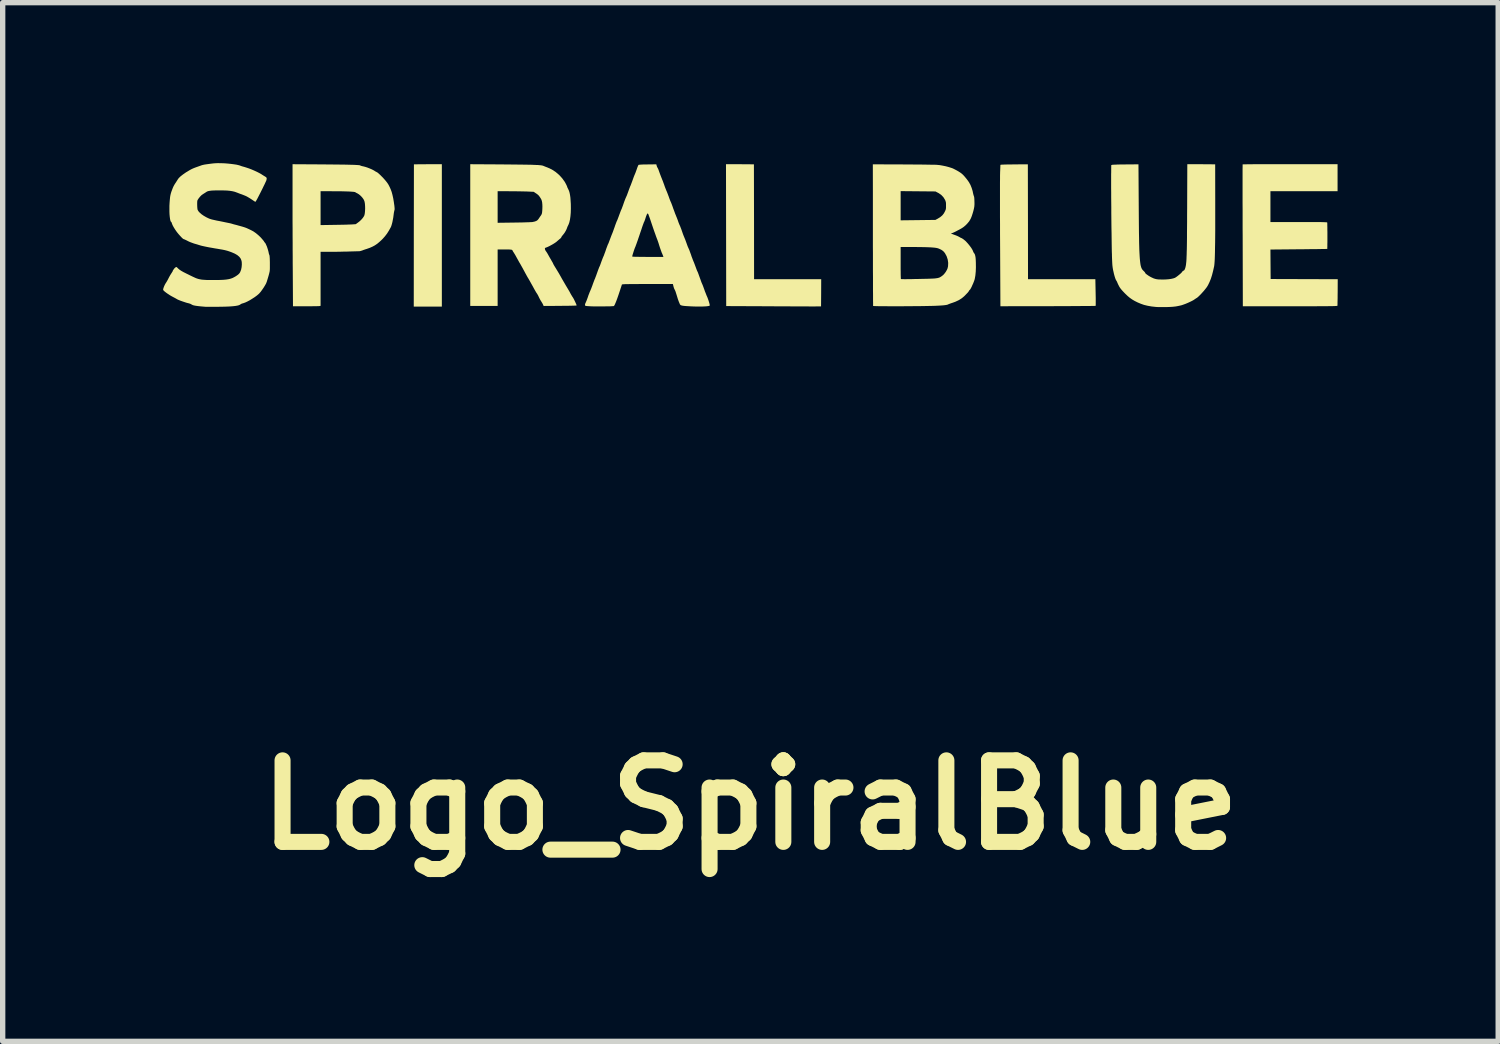
<source format=kicad_pcb>
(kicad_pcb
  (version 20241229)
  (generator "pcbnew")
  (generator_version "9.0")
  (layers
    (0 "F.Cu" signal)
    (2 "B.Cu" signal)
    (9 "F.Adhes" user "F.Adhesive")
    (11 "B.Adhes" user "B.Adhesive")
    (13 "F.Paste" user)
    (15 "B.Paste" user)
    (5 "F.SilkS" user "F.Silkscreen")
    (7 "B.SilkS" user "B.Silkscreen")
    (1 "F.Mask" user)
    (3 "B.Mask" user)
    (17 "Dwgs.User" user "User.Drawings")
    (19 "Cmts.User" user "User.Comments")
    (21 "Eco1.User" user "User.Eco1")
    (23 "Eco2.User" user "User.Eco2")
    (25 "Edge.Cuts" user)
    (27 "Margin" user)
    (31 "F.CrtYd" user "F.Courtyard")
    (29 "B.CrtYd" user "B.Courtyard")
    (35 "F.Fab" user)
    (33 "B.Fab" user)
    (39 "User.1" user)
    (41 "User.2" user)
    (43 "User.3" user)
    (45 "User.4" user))
  (footprint "Logo_SpiralBlue"
    (layer "F.Cu")
    (at 10.977 1.331)
    (property "Reference" "Logo_SpiralBlue" (at 0 10.668 0) (layer "F.SilkS") (effects (font (size 1.524 1.524) (thickness 0.3))))
    (attr board_only exclude_from_pos_files exclude_from_bom)
    (fp_poly (pts (xy -5.767 1.351) (xy -6.292 1.351) (xy -6.291 0.021) (xy -6.289 -1.309) (xy -6.028 -1.311) (xy -5.767 -1.312)) (stroke (width 0) (type solid)) (fill yes) (layer "F.SilkS"))
    (fp_poly (pts (xy -0.194 -1.311) (xy 0.067 -1.309) (xy 0.069 -0.235) (xy 0.07 0.839) (xy 1.325 0.839) (xy 1.324 1.093) (xy 1.322 1.347) (xy 1.143 1.348) (xy 1.111 1.348) (xy 1.069 1.347) (xy 1.015 1.347) (xy 0.952 1.347) (xy 0.881 1.347) (xy 0.803 1.347) (xy 0.718 1.346) (xy 0.629 1.346) (xy 0.535 1.346) (xy 0.439 1.345) (xy 0.341 1.345) (xy 0.256 1.344) (xy -0.451 1.341) (xy -0.453 0.014) (xy -0.455 -1.312)) (stroke (width 0) (type solid)) (fill yes) (layer "F.SilkS"))
    (fp_poly (pts (xy 5.19 -0.235) (xy 5.191 0.839) (xy 6.45 0.839) (xy 6.455 1.086) (xy 6.456 1.141) (xy 6.457 1.192) (xy 6.457 1.237) (xy 6.457 1.276) (xy 6.457 1.306) (xy 6.456 1.327) (xy 6.456 1.336) (xy 6.456 1.337) (xy 6.449 1.337) (xy 6.43 1.338) (xy 6.4 1.338) (xy 6.359 1.339) (xy 6.308 1.339) (xy 6.248 1.34) (xy 6.18 1.34) (xy 6.104 1.341) (xy 6.021 1.341) (xy 5.932 1.342) (xy 5.838 1.342) (xy 5.739 1.342) (xy 5.635 1.343) (xy 5.563 1.343) (xy 4.675 1.344) (xy 4.671 0.518) (xy 4.67 0.322) (xy 4.669 0.14) (xy 4.668 -0.031) (xy 4.668 -0.189) (xy 4.667 -0.335) (xy 4.667 -0.469) (xy 4.667 -0.591) (xy 4.667 -0.702) (xy 4.667 -0.802) (xy 4.667 -0.891) (xy 4.667 -0.969) (xy 4.668 -1.036) (xy 4.668 -1.093) (xy 4.669 -1.14) (xy 4.67 -1.177) (xy 4.671 -1.193) (xy 4.675 -1.299) (xy 4.695 -1.303) (xy 4.705 -1.303) (xy 4.728 -1.304) (xy 4.759 -1.305) (xy 4.799 -1.306) (xy 4.845 -1.307) (xy 4.897 -1.307) (xy 4.951 -1.308) (xy 4.951 -1.308) (xy 5.188 -1.309)) (stroke (width 0) (type solid)) (fill yes) (layer "F.SilkS"))
    (fp_poly (pts (xy 10.978 -0.807) (xy 9.723 -0.807) (xy 9.723 -0.23) (xy 10.251 -0.23) (xy 10.35 -0.23) (xy 10.436 -0.23) (xy 10.511 -0.23) (xy 10.575 -0.23) (xy 10.629 -0.229) (xy 10.674 -0.229) (xy 10.71 -0.228) (xy 10.738 -0.227) (xy 10.759 -0.226) (xy 10.773 -0.225) (xy 10.781 -0.224) (xy 10.784 -0.222) (xy 10.785 -0.215) (xy 10.786 -0.196) (xy 10.786 -0.168) (xy 10.787 -0.133) (xy 10.787 -0.091) (xy 10.788 -0.046) (xy 10.788 0.002) (xy 10.788 0.051) (xy 10.788 0.099) (xy 10.788 0.145) (xy 10.787 0.186) (xy 10.787 0.221) (xy 10.786 0.248) (xy 10.786 0.266) (xy 10.785 0.272) (xy 10.778 0.273) (xy 10.76 0.273) (xy 10.73 0.274) (xy 10.691 0.274) (xy 10.643 0.275) (xy 10.586 0.276) (xy 10.523 0.276) (xy 10.453 0.277) (xy 10.378 0.278) (xy 10.299 0.279) (xy 10.253 0.279) (xy 9.723 0.284) (xy 9.725 0.56) (xy 9.727 0.835) (xy 10.354 0.837) (xy 10.981 0.839) (xy 10.98 1.083) (xy 10.979 1.138) (xy 10.979 1.189) (xy 10.978 1.235) (xy 10.977 1.274) (xy 10.977 1.305) (xy 10.976 1.326) (xy 10.975 1.336) (xy 10.975 1.336) (xy 10.972 1.337) (xy 10.964 1.338) (xy 10.951 1.339) (xy 10.932 1.34) (xy 10.906 1.341) (xy 10.873 1.342) (xy 10.832 1.342) (xy 10.783 1.343) (xy 10.725 1.343) (xy 10.658 1.343) (xy 10.581 1.344) (xy 10.494 1.344) (xy 10.396 1.344) (xy 10.286 1.344) (xy 10.164 1.344) (xy 10.089 1.344) (xy 9.207 1.344) (xy 9.204 0.021) (xy 9.203 -0.108) (xy 9.203 -0.234) (xy 9.203 -0.356) (xy 9.203 -0.473) (xy 9.202 -0.586) (xy 9.202 -0.692) (xy 9.202 -0.792) (xy 9.202 -0.885) (xy 9.202 -0.97) (xy 9.202 -1.047) (xy 9.202 -1.115) (xy 9.202 -1.174) (xy 9.202 -1.223) (xy 9.203 -1.261) (xy 9.203 -1.289) (xy 9.203 -1.304) (xy 9.203 -1.307) (xy 9.21 -1.308) (xy 9.228 -1.309) (xy 9.258 -1.309) (xy 9.299 -1.31) (xy 9.349 -1.31) (xy 9.409 -1.311) (xy 9.477 -1.311) (xy 9.553 -1.311) (xy 9.636 -1.312) (xy 9.724 -1.312) (xy 9.819 -1.312) (xy 9.918 -1.312) (xy 10.021 -1.312) (xy 10.092 -1.312) (xy 10.978 -1.312)) (stroke (width 0) (type solid)) (fill yes) (layer "F.SilkS"))
    (fp_poly (pts (xy -8.058 -1.308) (xy -7.933 -1.307) (xy -7.821 -1.306) (xy -7.721 -1.305) (xy -7.633 -1.304) (xy -7.556 -1.303) (xy -7.489 -1.301) (xy -7.433 -1.3) (xy -7.387 -1.298) (xy -7.35 -1.296) (xy -7.323 -1.294) (xy -7.304 -1.292) (xy -7.294 -1.289) (xy -7.292 -1.288) (xy -7.284 -1.283) (xy -7.267 -1.278) (xy -7.243 -1.272) (xy -7.236 -1.271) (xy -7.201 -1.262) (xy -7.16 -1.249) (xy -7.119 -1.233) (xy -7.081 -1.217) (xy -7.049 -1.201) (xy -7.033 -1.192) (xy -7.012 -1.178) (xy -6.991 -1.167) (xy -6.984 -1.163) (xy -6.968 -1.154) (xy -6.947 -1.136) (xy -6.921 -1.112) (xy -6.892 -1.083) (xy -6.863 -1.053) (xy -6.834 -1.021) (xy -6.809 -0.991) (xy -6.788 -0.964) (xy -6.773 -0.941) (xy -6.772 -0.941) (xy -6.746 -0.892) (xy -6.724 -0.844) (xy -6.705 -0.793) (xy -6.69 -0.737) (xy -6.676 -0.674) (xy -6.664 -0.602) (xy -6.661 -0.579) (xy -6.655 -0.539) (xy -6.652 -0.509) (xy -6.65 -0.487) (xy -6.65 -0.471) (xy -6.651 -0.459) (xy -6.654 -0.448) (xy -6.655 -0.445) (xy -6.659 -0.427) (xy -6.664 -0.401) (xy -6.668 -0.371) (xy -6.67 -0.355) (xy -6.675 -0.316) (xy -6.683 -0.273) (xy -6.691 -0.231) (xy -6.701 -0.192) (xy -6.711 -0.159) (xy -6.72 -0.136) (xy -6.756 -0.071) (xy -6.792 -0.014) (xy -6.831 0.037) (xy -6.876 0.087) (xy -6.898 0.109) (xy -6.941 0.148) (xy -6.981 0.18) (xy -7.021 0.207) (xy -7.064 0.23) (xy -7.114 0.252) (xy -7.173 0.273) (xy -7.184 0.276) (xy -7.3 0.315) (xy -7.48 0.32) (xy -7.538 0.322) (xy -7.606 0.323) (xy -7.677 0.325) (xy -7.747 0.326) (xy -7.813 0.326) (xy -7.846 0.326) (xy -8.034 0.326) (xy -8.034 1.336) (xy -8.048 1.34) (xy -8.057 1.341) (xy -8.078 1.342) (xy -8.109 1.343) (xy -8.148 1.343) (xy -8.193 1.344) (xy -8.244 1.344) (xy -8.299 1.344) (xy -8.306 1.344) (xy -8.55 1.344) (xy -8.554 0.642) (xy -8.555 0.531) (xy -8.555 0.411) (xy -8.556 0.285) (xy -8.556 0.155) (xy -8.557 0.022) (xy -8.557 -0.11) (xy -8.558 -0.24) (xy -8.558 -0.366) (xy -8.558 -0.485) (xy -8.558 -0.596) (xy -8.558 -0.686) (xy -8.558 -0.807) (xy -8.034 -0.807) (xy -8.034 -0.173) (xy -7.782 -0.177) (xy -7.723 -0.178) (xy -7.665 -0.179) (xy -7.609 -0.18) (xy -7.558 -0.181) (xy -7.514 -0.183) (xy -7.479 -0.184) (xy -7.455 -0.185) (xy -7.454 -0.185) (xy -7.377 -0.19) (xy -7.334 -0.221) (xy -7.302 -0.246) (xy -7.272 -0.275) (xy -7.246 -0.305) (xy -7.226 -0.334) (xy -7.214 -0.359) (xy -7.214 -0.36) (xy -7.207 -0.395) (xy -7.203 -0.437) (xy -7.201 -0.482) (xy -7.202 -0.528) (xy -7.205 -0.571) (xy -7.211 -0.607) (xy -7.216 -0.624) (xy -7.231 -0.656) (xy -7.255 -0.689) (xy -7.285 -0.721) (xy -7.317 -0.748) (xy -7.348 -0.767) (xy -7.359 -0.772) (xy -7.374 -0.78) (xy -7.382 -0.786) (xy -7.394 -0.791) (xy -7.419 -0.795) (xy -7.457 -0.798) (xy -7.507 -0.801) (xy -7.57 -0.803) (xy -7.645 -0.805) (xy -7.734 -0.806) (xy -7.821 -0.806) (xy -8.034 -0.807) (xy -8.558 -0.807) (xy -8.558 -1.311)) (stroke (width 0) (type solid)) (fill yes) (layer "F.SilkS"))
    (fp_poly (pts (xy 8.43 -1.311) (xy 8.69 -1.309) (xy 8.691 -0.659) (xy 8.691 -0.493) (xy 8.691 -0.339) (xy 8.691 -0.198) (xy 8.691 -0.069) (xy 8.69 0.049) (xy 8.689 0.154) (xy 8.687 0.248) (xy 8.686 0.331) (xy 8.684 0.402) (xy 8.682 0.463) (xy 8.679 0.513) (xy 8.676 0.552) (xy 8.673 0.581) (xy 8.671 0.595) (xy 8.651 0.684) (xy 8.631 0.762) (xy 8.609 0.831) (xy 8.584 0.892) (xy 8.557 0.948) (xy 8.541 0.975) (xy 8.526 0.997) (xy 8.504 1.025) (xy 8.479 1.056) (xy 8.451 1.087) (xy 8.423 1.118) (xy 8.396 1.145) (xy 8.372 1.168) (xy 8.353 1.184) (xy 8.345 1.189) (xy 8.327 1.2) (xy 8.307 1.214) (xy 8.302 1.217) (xy 8.283 1.23) (xy 8.255 1.245) (xy 8.22 1.262) (xy 8.181 1.28) (xy 8.141 1.297) (xy 8.103 1.311) (xy 8.069 1.323) (xy 8.05 1.328) (xy 8.015 1.336) (xy 7.975 1.344) (xy 7.939 1.35) (xy 7.934 1.35) (xy 7.897 1.354) (xy 7.85 1.357) (xy 7.797 1.359) (xy 7.742 1.36) (xy 7.689 1.36) (xy 7.639 1.36) (xy 7.597 1.358) (xy 7.582 1.357) (xy 7.5 1.348) (xy 7.427 1.335) (xy 7.36 1.319) (xy 7.298 1.297) (xy 7.239 1.272) (xy 7.185 1.245) (xy 7.139 1.218) (xy 7.096 1.188) (xy 7.055 1.154) (xy 7.011 1.112) (xy 6.993 1.094) (xy 6.961 1.06) (xy 6.937 1.033) (xy 6.918 1.009) (xy 6.903 0.987) (xy 6.89 0.964) (xy 6.89 0.963) (xy 6.877 0.938) (xy 6.867 0.916) (xy 6.86 0.9) (xy 6.859 0.896) (xy 6.851 0.879) (xy 6.842 0.865) (xy 6.832 0.847) (xy 6.821 0.819) (xy 6.809 0.781) (xy 6.797 0.736) (xy 6.786 0.686) (xy 6.782 0.67) (xy 6.778 0.647) (xy 6.774 0.624) (xy 6.771 0.6) (xy 6.768 0.573) (xy 6.766 0.541) (xy 6.764 0.502) (xy 6.762 0.455) (xy 6.76 0.397) (xy 6.76 0.373) (xy 6.758 0.331) (xy 6.757 0.278) (xy 6.756 0.214) (xy 6.755 0.141) (xy 6.754 0.061) (xy 6.753 -0.026) (xy 6.751 -0.117) (xy 6.75 -0.212) (xy 6.749 -0.31) (xy 6.748 -0.408) (xy 6.748 -0.507) (xy 6.747 -0.603) (xy 6.746 -0.697) (xy 6.746 -0.787) (xy 6.745 -0.871) (xy 6.745 -0.949) (xy 6.745 -1.018) (xy 6.745 -1.078) (xy 6.745 -1.127) (xy 6.746 -1.151) (xy 6.747 -1.294) (xy 6.763 -1.299) (xy 6.773 -1.301) (xy 6.794 -1.302) (xy 6.824 -1.303) (xy 6.863 -1.305) (xy 6.909 -1.306) (xy 6.96 -1.307) (xy 7.014 -1.307) (xy 7.017 -1.307) (xy 7.256 -1.309) (xy 7.26 -0.675) (xy 7.261 -0.524) (xy 7.262 -0.385) (xy 7.263 -0.258) (xy 7.264 -0.141) (xy 7.265 -0.036) (xy 7.267 0.06) (xy 7.268 0.146) (xy 7.27 0.223) (xy 7.272 0.292) (xy 7.275 0.353) (xy 7.278 0.406) (xy 7.281 0.453) (xy 7.285 0.494) (xy 7.289 0.529) (xy 7.293 0.559) (xy 7.298 0.585) (xy 7.304 0.606) (xy 7.31 0.625) (xy 7.317 0.64) (xy 7.325 0.653) (xy 7.333 0.665) (xy 7.343 0.675) (xy 7.352 0.684) (xy 7.367 0.699) (xy 7.378 0.712) (xy 7.381 0.719) (xy 7.386 0.729) (xy 7.4 0.742) (xy 7.422 0.758) (xy 7.448 0.776) (xy 7.477 0.793) (xy 7.506 0.808) (xy 7.509 0.809) (xy 7.539 0.823) (xy 7.567 0.832) (xy 7.597 0.839) (xy 7.631 0.843) (xy 7.672 0.844) (xy 7.716 0.845) (xy 7.77 0.843) (xy 7.822 0.839) (xy 7.869 0.832) (xy 7.908 0.823) (xy 7.937 0.813) (xy 7.941 0.811) (xy 7.963 0.797) (xy 7.989 0.778) (xy 8.016 0.756) (xy 8.041 0.735) (xy 8.061 0.716) (xy 8.071 0.702) (xy 8.084 0.687) (xy 8.096 0.679) (xy 8.099 0.679) (xy 8.11 0.672) (xy 8.121 0.655) (xy 8.131 0.629) (xy 8.139 0.596) (xy 8.142 0.581) (xy 8.145 0.562) (xy 8.147 0.541) (xy 8.15 0.516) (xy 8.152 0.489) (xy 8.154 0.457) (xy 8.155 0.42) (xy 8.157 0.378) (xy 8.158 0.329) (xy 8.16 0.274) (xy 8.161 0.211) (xy 8.162 0.141) (xy 8.163 0.061) (xy 8.163 -0.028) (xy 8.164 -0.128) (xy 8.165 -0.238) (xy 8.165 -0.36) (xy 8.166 -0.485) (xy 8.169 -1.312)) (stroke (width 0) (type solid)) (fill yes) (layer "F.SilkS"))
    (fp_poly (pts (xy -4.729 -1.308) (xy -4.606 -1.307) (xy -4.495 -1.306) (xy -4.395 -1.305) (xy -4.307 -1.304) (xy -4.228 -1.303) (xy -4.16 -1.302) (xy -4.1 -1.301) (xy -4.049 -1.299) (xy -4.006 -1.297) (xy -3.969 -1.296) (xy -3.94 -1.293) (xy -3.916 -1.291) (xy -3.897 -1.288) (xy -3.883 -1.285) (xy -3.874 -1.282) (xy -3.873 -1.282) (xy -3.854 -1.274) (xy -3.827 -1.263) (xy -3.798 -1.252) (xy -3.783 -1.246) (xy -3.71 -1.212) (xy -3.64 -1.166) (xy -3.576 -1.112) (xy -3.518 -1.049) (xy -3.469 -0.981) (xy -3.445 -0.937) (xy -3.435 -0.916) (xy -3.427 -0.9) (xy -3.425 -0.891) (xy -3.422 -0.882) (xy -3.415 -0.866) (xy -3.404 -0.844) (xy -3.402 -0.84) (xy -3.389 -0.811) (xy -3.379 -0.777) (xy -3.371 -0.737) (xy -3.364 -0.689) (xy -3.36 -0.632) (xy -3.356 -0.567) (xy -3.355 -0.484) (xy -3.357 -0.406) (xy -3.363 -0.337) (xy -3.372 -0.275) (xy -3.384 -0.223) (xy -3.399 -0.182) (xy -3.405 -0.17) (xy -3.416 -0.148) (xy -3.424 -0.128) (xy -3.427 -0.118) (xy -3.436 -0.096) (xy -3.45 -0.067) (xy -3.468 -0.036) (xy -3.489 -0.007) (xy -3.505 0.013) (xy -3.52 0.031) (xy -3.53 0.046) (xy -3.533 0.054) (xy -3.538 0.063) (xy -3.55 0.076) (xy -3.564 0.087) (xy -3.585 0.105) (xy -3.607 0.124) (xy -3.617 0.133) (xy -3.633 0.146) (xy -3.658 0.163) (xy -3.688 0.182) (xy -3.722 0.201) (xy -3.755 0.219) (xy -3.784 0.233) (xy -3.807 0.243) (xy -3.814 0.245) (xy -3.831 0.251) (xy -3.839 0.258) (xy -3.841 0.267) (xy -3.835 0.293) (xy -3.818 0.32) (xy -3.815 0.323) (xy -3.807 0.335) (xy -3.795 0.354) (xy -3.782 0.377) (xy -3.778 0.384) (xy -3.762 0.413) (xy -3.743 0.446) (xy -3.724 0.478) (xy -3.72 0.486) (xy -3.706 0.51) (xy -3.695 0.529) (xy -3.688 0.542) (xy -3.687 0.546) (xy -3.684 0.554) (xy -3.675 0.57) (xy -3.663 0.591) (xy -3.655 0.604) (xy -3.619 0.663) (xy -3.58 0.727) (xy -3.543 0.792) (xy -3.521 0.832) (xy -3.489 0.887) (xy -3.453 0.949) (xy -3.414 1.014) (xy -3.41 1.021) (xy -3.397 1.043) (xy -3.381 1.07) (xy -3.366 1.098) (xy -3.365 1.101) (xy -3.351 1.126) (xy -3.337 1.149) (xy -3.327 1.166) (xy -3.325 1.168) (xy -3.315 1.183) (xy -3.303 1.204) (xy -3.29 1.23) (xy -3.277 1.257) (xy -3.265 1.283) (xy -3.255 1.305) (xy -3.249 1.322) (xy -3.248 1.33) (xy -3.248 1.33) (xy -3.255 1.331) (xy -3.274 1.332) (xy -3.303 1.333) (xy -3.341 1.334) (xy -3.387 1.335) (xy -3.439 1.336) (xy -3.496 1.336) (xy -3.558 1.337) (xy -3.558 1.337) (xy -3.864 1.339) (xy -3.876 1.311) (xy -3.887 1.29) (xy -3.902 1.265) (xy -3.91 1.252) (xy -3.924 1.23) (xy -3.939 1.202) (xy -3.953 1.174) (xy -3.954 1.172) (xy -3.966 1.146) (xy -3.979 1.123) (xy -3.989 1.106) (xy -3.991 1.104) (xy -4 1.091) (xy -4.013 1.069) (xy -4.028 1.043) (xy -4.042 1.018) (xy -4.072 0.963) (xy -4.099 0.915) (xy -4.121 0.875) (xy -4.139 0.844) (xy -4.151 0.823) (xy -4.158 0.812) (xy -4.158 0.812) (xy -4.163 0.804) (xy -4.173 0.786) (xy -4.187 0.761) (xy -4.204 0.73) (xy -4.222 0.696) (xy -4.225 0.691) (xy -4.245 0.654) (xy -4.264 0.619) (xy -4.282 0.587) (xy -4.296 0.562) (xy -4.305 0.546) (xy -4.317 0.527) (xy -4.332 0.5) (xy -4.349 0.469) (xy -4.363 0.444) (xy -4.38 0.413) (xy -4.396 0.384) (xy -4.411 0.36) (xy -4.42 0.345) (xy -4.433 0.326) (xy -4.442 0.31) (xy -4.445 0.303) (xy -4.449 0.296) (xy -4.455 0.291) (xy -4.466 0.287) (xy -4.484 0.285) (xy -4.509 0.283) (xy -4.543 0.282) (xy -4.588 0.282) (xy -4.606 0.282) (xy -4.724 0.282) (xy -4.724 1.338) (xy -5.236 1.338) (xy -5.236 -0.807) (xy -4.724 -0.807) (xy -4.724 -0.216) (xy -4.422 -0.22) (xy -4.359 -0.221) (xy -4.299 -0.222) (xy -4.242 -0.223) (xy -4.192 -0.225) (xy -4.148 -0.226) (xy -4.113 -0.228) (xy -4.088 -0.229) (xy -4.075 -0.23) (xy -4.033 -0.239) (xy -4.002 -0.25) (xy -3.978 -0.266) (xy -3.959 -0.288) (xy -3.957 -0.292) (xy -3.942 -0.314) (xy -3.928 -0.335) (xy -3.921 -0.344) (xy -3.908 -0.363) (xy -3.899 -0.383) (xy -3.898 -0.385) (xy -3.893 -0.409) (xy -3.89 -0.441) (xy -3.888 -0.479) (xy -3.887 -0.518) (xy -3.888 -0.555) (xy -3.891 -0.587) (xy -3.891 -0.592) (xy -3.897 -0.622) (xy -3.904 -0.645) (xy -3.916 -0.668) (xy -3.926 -0.684) (xy -3.943 -0.709) (xy -3.957 -0.727) (xy -3.972 -0.741) (xy -3.991 -0.756) (xy -4.014 -0.771) (xy -4.049 -0.795) (xy -4.174 -0.801) (xy -4.212 -0.802) (xy -4.261 -0.803) (xy -4.317 -0.804) (xy -4.377 -0.805) (xy -4.438 -0.806) (xy -4.497 -0.806) (xy -4.511 -0.806) (xy -4.724 -0.807) (xy -5.236 -0.807) (xy -5.236 -1.311)) (stroke (width 0) (type solid)) (fill yes) (layer "F.SilkS"))
    (fp_poly (pts (xy 2.853 -1.307) (xy 2.938 -1.306) (xy 3.022 -1.306) (xy 3.102 -1.305) (xy 3.178 -1.305) (xy 3.248 -1.304) (xy 3.312 -1.303) (xy 3.368 -1.302) (xy 3.416 -1.302) (xy 3.453 -1.301) (xy 3.48 -1.3) (xy 3.492 -1.299) (xy 3.542 -1.294) (xy 3.598 -1.284) (xy 3.656 -1.272) (xy 3.712 -1.257) (xy 3.762 -1.241) (xy 3.782 -1.234) (xy 3.805 -1.223) (xy 3.834 -1.208) (xy 3.866 -1.191) (xy 3.89 -1.177) (xy 3.926 -1.154) (xy 3.953 -1.134) (xy 3.978 -1.111) (xy 4.002 -1.085) (xy 4.049 -1.028) (xy 4.087 -0.975) (xy 4.116 -0.922) (xy 4.138 -0.867) (xy 4.156 -0.808) (xy 4.161 -0.782) (xy 4.167 -0.755) (xy 4.173 -0.732) (xy 4.178 -0.718) (xy 4.179 -0.714) (xy 4.183 -0.704) (xy 4.186 -0.684) (xy 4.188 -0.656) (xy 4.189 -0.624) (xy 4.19 -0.591) (xy 4.19 -0.559) (xy 4.188 -0.531) (xy 4.187 -0.518) (xy 4.18 -0.481) (xy 4.169 -0.436) (xy 4.155 -0.388) (xy 4.14 -0.342) (xy 4.124 -0.302) (xy 4.115 -0.284) (xy 4.092 -0.245) (xy 4.059 -0.205) (xy 4.022 -0.167) (xy 3.983 -0.135) (xy 3.97 -0.126) (xy 3.945 -0.11) (xy 3.913 -0.092) (xy 3.878 -0.074) (xy 3.843 -0.055) (xy 3.81 -0.039) (xy 3.783 -0.027) (xy 3.771 -0.023) (xy 3.749 -0.015) (xy 3.768 -0.008) (xy 3.783 -0.003) (xy 3.805 0.006) (xy 3.831 0.015) (xy 3.834 0.016) (xy 3.862 0.027) (xy 3.89 0.04) (xy 3.911 0.052) (xy 3.912 0.052) (xy 3.929 0.062) (xy 3.943 0.069) (xy 3.948 0.07) (xy 3.956 0.074) (xy 3.971 0.084) (xy 3.99 0.097) (xy 3.992 0.099) (xy 4.019 0.121) (xy 4.048 0.151) (xy 4.077 0.184) (xy 4.105 0.219) (xy 4.13 0.253) (xy 4.149 0.284) (xy 4.162 0.31) (xy 4.165 0.32) (xy 4.172 0.336) (xy 4.183 0.352) (xy 4.193 0.366) (xy 4.2 0.383) (xy 4.206 0.407) (xy 4.211 0.438) (xy 4.214 0.478) (xy 4.216 0.529) (xy 4.216 0.535) (xy 4.217 0.618) (xy 4.214 0.697) (xy 4.207 0.768) (xy 4.196 0.83) (xy 4.193 0.843) (xy 4.186 0.864) (xy 4.176 0.891) (xy 4.164 0.921) (xy 4.15 0.951) (xy 4.137 0.981) (xy 4.124 1.006) (xy 4.113 1.025) (xy 4.105 1.036) (xy 4.103 1.037) (xy 4.096 1.042) (xy 4.09 1.053) (xy 4.082 1.066) (xy 4.067 1.086) (xy 4.045 1.109) (xy 4.021 1.134) (xy 3.996 1.159) (xy 3.971 1.18) (xy 3.951 1.196) (xy 3.897 1.23) (xy 3.833 1.26) (xy 3.778 1.28) (xy 3.75 1.289) (xy 3.726 1.298) (xy 3.707 1.305) (xy 3.703 1.307) (xy 3.688 1.314) (xy 3.668 1.319) (xy 3.642 1.323) (xy 3.609 1.327) (xy 3.567 1.33) (xy 3.516 1.333) (xy 3.455 1.336) (xy 3.382 1.338) (xy 3.373 1.338) (xy 3.327 1.339) (xy 3.274 1.34) (xy 3.214 1.341) (xy 3.149 1.342) (xy 3.08 1.342) (xy 3.008 1.343) (xy 2.934 1.343) (xy 2.859 1.344) (xy 2.784 1.344) (xy 2.711 1.344) (xy 2.64 1.344) (xy 2.573 1.344) (xy 2.511 1.343) (xy 2.454 1.343) (xy 2.404 1.343) (xy 2.363 1.342) (xy 2.33 1.341) (xy 2.308 1.34) (xy 2.297 1.339) (xy 2.296 1.339) (xy 2.295 1.332) (xy 2.295 1.313) (xy 2.295 1.283) (xy 2.294 1.241) (xy 2.294 1.189) (xy 2.294 1.127) (xy 2.293 1.056) (xy 2.293 0.976) (xy 2.293 0.889) (xy 2.293 0.794) (xy 2.292 0.692) (xy 2.292 0.584) (xy 2.292 0.47) (xy 2.292 0.351) (xy 2.291 0.237) (xy 2.81 0.237) (xy 2.81 0.533) (xy 2.81 0.594) (xy 2.81 0.65) (xy 2.811 0.702) (xy 2.811 0.746) (xy 2.812 0.783) (xy 2.813 0.811) (xy 2.814 0.829) (xy 2.814 0.834) (xy 2.819 0.836) (xy 2.83 0.837) (xy 2.849 0.837) (xy 2.876 0.838) (xy 2.912 0.838) (xy 2.957 0.837) (xy 3.012 0.837) (xy 3.078 0.835) (xy 3.155 0.834) (xy 3.229 0.832) (xy 3.299 0.831) (xy 3.357 0.829) (xy 3.404 0.827) (xy 3.444 0.825) (xy 3.476 0.821) (xy 3.502 0.817) (xy 3.524 0.811) (xy 3.542 0.804) (xy 3.559 0.794) (xy 3.576 0.783) (xy 3.594 0.769) (xy 3.602 0.763) (xy 3.618 0.747) (xy 3.637 0.724) (xy 3.655 0.699) (xy 3.659 0.692) (xy 3.676 0.662) (xy 3.687 0.636) (xy 3.693 0.61) (xy 3.696 0.597) (xy 3.699 0.534) (xy 3.69 0.471) (xy 3.67 0.41) (xy 3.639 0.353) (xy 3.63 0.341) (xy 3.605 0.313) (xy 3.571 0.289) (xy 3.529 0.269) (xy 3.516 0.264) (xy 3.497 0.258) (xy 3.473 0.253) (xy 3.444 0.249) (xy 3.409 0.246) (xy 3.367 0.243) (xy 3.316 0.241) (xy 3.256 0.239) (xy 3.186 0.238) (xy 3.105 0.237) (xy 3.039 0.237) (xy 2.81 0.237) (xy 2.291 0.237) (xy 2.291 0.228) (xy 2.291 0.101) (xy 2.291 0.012) (xy 2.291 -0.808) (xy 2.81 -0.808) (xy 2.81 -0.262) (xy 3.135 -0.266) (xy 3.46 -0.27) (xy 3.503 -0.293) (xy 3.55 -0.322) (xy 3.587 -0.353) (xy 3.616 -0.389) (xy 3.634 -0.421) (xy 3.645 -0.444) (xy 3.652 -0.461) (xy 3.656 -0.478) (xy 3.658 -0.498) (xy 3.658 -0.525) (xy 3.658 -0.537) (xy 3.658 -0.569) (xy 3.657 -0.591) (xy 3.653 -0.609) (xy 3.648 -0.626) (xy 3.639 -0.647) (xy 3.638 -0.648) (xy 3.609 -0.695) (xy 3.57 -0.736) (xy 3.52 -0.771) (xy 3.508 -0.777) (xy 3.461 -0.802) (xy 3.136 -0.805) (xy 2.81 -0.808) (xy 2.291 -0.808) (xy 2.29 -1.309)) (stroke (width 0) (type solid)) (fill yes) (layer "F.SilkS"))
    (fp_poly (pts (xy -1.751 -1.283) (xy -1.744 -1.262) (xy -1.734 -1.243) (xy -1.732 -1.24) (xy -1.725 -1.227) (xy -1.716 -1.205) (xy -1.706 -1.177) (xy -1.7 -1.16) (xy -1.688 -1.127) (xy -1.675 -1.093) (xy -1.663 -1.062) (xy -1.659 -1.053) (xy -1.65 -1.029) (xy -1.637 -0.998) (xy -1.624 -0.962) (xy -1.61 -0.925) (xy -1.608 -0.918) (xy -1.596 -0.884) (xy -1.584 -0.853) (xy -1.574 -0.828) (xy -1.567 -0.811) (xy -1.565 -0.807) (xy -1.559 -0.793) (xy -1.55 -0.77) (xy -1.539 -0.741) (xy -1.527 -0.709) (xy -1.526 -0.707) (xy -1.515 -0.675) (xy -1.504 -0.646) (xy -1.495 -0.623) (xy -1.488 -0.608) (xy -1.488 -0.607) (xy -1.482 -0.595) (xy -1.473 -0.572) (xy -1.462 -0.543) (xy -1.45 -0.51) (xy -1.444 -0.491) (xy -1.43 -0.454) (xy -1.417 -0.419) (xy -1.406 -0.388) (xy -1.396 -0.364) (xy -1.393 -0.357) (xy -1.384 -0.334) (xy -1.372 -0.305) (xy -1.36 -0.273) (xy -1.354 -0.257) (xy -1.344 -0.227) (xy -1.333 -0.199) (xy -1.324 -0.177) (xy -1.32 -0.169) (xy -1.313 -0.154) (xy -1.304 -0.13) (xy -1.292 -0.1) (xy -1.28 -0.065) (xy -1.274 -0.048) (xy -1.262 -0.013) (xy -1.25 0.019) (xy -1.239 0.046) (xy -1.231 0.065) (xy -1.229 0.071) (xy -1.222 0.086) (xy -1.213 0.11) (xy -1.202 0.14) (xy -1.191 0.17) (xy -1.18 0.201) (xy -1.17 0.228) (xy -1.161 0.248) (xy -1.156 0.26) (xy -1.156 0.26) (xy -1.151 0.27) (xy -1.142 0.29) (xy -1.132 0.318) (xy -1.12 0.351) (xy -1.11 0.378) (xy -1.098 0.415) (xy -1.085 0.448) (xy -1.075 0.476) (xy -1.066 0.497) (xy -1.063 0.506) (xy -1.056 0.52) (xy -1.047 0.544) (xy -1.036 0.573) (xy -1.024 0.605) (xy -1.013 0.635) (xy -1.003 0.662) (xy -0.995 0.682) (xy -0.989 0.694) (xy -0.989 0.694) (xy -0.984 0.704) (xy -0.976 0.724) (xy -0.966 0.752) (xy -0.954 0.785) (xy -0.944 0.813) (xy -0.931 0.848) (xy -0.92 0.88) (xy -0.91 0.906) (xy -0.902 0.924) (xy -0.899 0.931) (xy -0.894 0.942) (xy -0.886 0.962) (xy -0.876 0.989) (xy -0.865 1.02) (xy -0.862 1.027) (xy -0.85 1.063) (xy -0.836 1.097) (xy -0.824 1.128) (xy -0.815 1.151) (xy -0.814 1.152) (xy -0.801 1.182) (xy -0.789 1.215) (xy -0.778 1.248) (xy -0.769 1.278) (xy -0.762 1.304) (xy -0.759 1.323) (xy -0.76 1.332) (xy -0.76 1.333) (xy -0.772 1.338) (xy -0.795 1.342) (xy -0.829 1.346) (xy -0.87 1.348) (xy -0.919 1.35) (xy -0.973 1.35) (xy -1.031 1.349) (xy -1.092 1.347) (xy -1.146 1.344) (xy -1.196 1.341) (xy -1.235 1.338) (xy -1.265 1.334) (xy -1.286 1.329) (xy -1.301 1.324) (xy -1.31 1.316) (xy -1.317 1.307) (xy -1.318 1.304) (xy -1.338 1.256) (xy -1.355 1.209) (xy -1.371 1.156) (xy -1.38 1.127) (xy -1.39 1.095) (xy -1.399 1.067) (xy -1.408 1.046) (xy -1.414 1.033) (xy -1.415 1.032) (xy -1.422 1.019) (xy -1.43 0.997) (xy -1.437 0.973) (xy -1.448 0.928) (xy -1.885 0.928) (xy -1.96 0.928) (xy -2.032 0.928) (xy -2.099 0.929) (xy -2.162 0.929) (xy -2.218 0.93) (xy -2.267 0.93) (xy -2.307 0.931) (xy -2.337 0.931) (xy -2.356 0.932) (xy -2.361 0.932) (xy -2.4 0.936) (xy -2.438 1.052) (xy -2.464 1.13) (xy -2.487 1.196) (xy -2.507 1.25) (xy -2.524 1.291) (xy -2.537 1.32) (xy -2.548 1.337) (xy -2.553 1.341) (xy -2.562 1.342) (xy -2.583 1.343) (xy -2.613 1.345) (xy -2.65 1.346) (xy -2.693 1.346) (xy -2.739 1.347) (xy -2.787 1.347) (xy -2.835 1.347) (xy -2.881 1.347) (xy -2.923 1.347) (xy -2.959 1.346) (xy -2.986 1.345) (xy -3.019 1.343) (xy -3.048 1.341) (xy -3.07 1.339) (xy -3.082 1.336) (xy -3.084 1.336) (xy -3.091 1.324) (xy -3.09 1.306) (xy -3.082 1.284) (xy -3.079 1.279) (xy -3.073 1.265) (xy -3.063 1.242) (xy -3.052 1.213) (xy -3.04 1.18) (xy -3.037 1.172) (xy -3.026 1.138) (xy -3.013 1.106) (xy -3.003 1.079) (xy -2.994 1.06) (xy -2.993 1.057) (xy -2.986 1.04) (xy -2.975 1.014) (xy -2.963 0.982) (xy -2.95 0.948) (xy -2.948 0.941) (xy -2.936 0.908) (xy -2.925 0.879) (xy -2.916 0.855) (xy -2.91 0.839) (xy -2.908 0.837) (xy -2.903 0.825) (xy -2.895 0.803) (xy -2.884 0.775) (xy -2.872 0.741) (xy -2.864 0.719) (xy -2.852 0.685) (xy -2.841 0.655) (xy -2.832 0.632) (xy -2.826 0.616) (xy -2.824 0.612) (xy -2.82 0.604) (xy -2.812 0.586) (xy -2.802 0.56) (xy -2.791 0.529) (xy -2.785 0.512) (xy -2.773 0.48) (xy -2.762 0.451) (xy -2.753 0.429) (xy -2.748 0.416) (xy -2.746 0.414) (xy -2.208 0.414) (xy -2.206 0.415) (xy -2.199 0.417) (xy -2.186 0.418) (xy -2.166 0.419) (xy -2.139 0.42) (xy -2.102 0.42) (xy -2.056 0.421) (xy -2 0.421) (xy -1.932 0.422) (xy -1.902 0.422) (xy -1.625 0.422) (xy -1.629 0.408) (xy -1.634 0.395) (xy -1.642 0.375) (xy -1.652 0.351) (xy -1.655 0.346) (xy -1.664 0.321) (xy -1.676 0.288) (xy -1.689 0.251) (xy -1.701 0.214) (xy -1.703 0.208) (xy -1.713 0.174) (xy -1.724 0.141) (xy -1.734 0.113) (xy -1.741 0.093) (xy -1.743 0.09) (xy -1.75 0.071) (xy -1.762 0.039) (xy -1.777 -0.004) (xy -1.797 -0.059) (xy -1.82 -0.126) (xy -1.847 -0.206) (xy -1.863 -0.254) (xy -1.875 -0.29) (xy -1.887 -0.323) (xy -1.897 -0.35) (xy -1.904 -0.369) (xy -1.907 -0.377) (xy -1.915 -0.388) (xy -1.922 -0.39) (xy -1.93 -0.382) (xy -1.938 -0.364) (xy -1.949 -0.336) (xy -1.956 -0.315) (xy -1.965 -0.286) (xy -1.974 -0.26) (xy -1.981 -0.242) (xy -1.986 -0.232) (xy -1.986 -0.232) (xy -1.987 -0.229) (xy -1.99 -0.224) (xy -1.994 -0.215) (xy -1.998 -0.202) (xy -2.005 -0.184) (xy -2.014 -0.159) (xy -2.025 -0.127) (xy -2.038 -0.087) (xy -2.055 -0.038) (xy -2.075 0.022) (xy -2.099 0.092) (xy -2.101 0.099) (xy -2.115 0.138) (xy -2.128 0.175) (xy -2.14 0.207) (xy -2.149 0.232) (xy -2.156 0.247) (xy -2.156 0.248) (xy -2.161 0.26) (xy -2.169 0.282) (xy -2.178 0.308) (xy -2.187 0.337) (xy -2.196 0.365) (xy -2.203 0.389) (xy -2.207 0.407) (xy -2.208 0.414) (xy -2.746 0.414) (xy -2.746 0.413) (xy -2.742 0.405) (xy -2.735 0.387) (xy -2.726 0.361) (xy -2.714 0.33) (xy -2.704 0.301) (xy -2.692 0.265) (xy -2.68 0.234) (xy -2.67 0.207) (xy -2.663 0.189) (xy -2.659 0.182) (xy -2.654 0.172) (xy -2.646 0.152) (xy -2.636 0.125) (xy -2.624 0.094) (xy -2.622 0.088) (xy -2.61 0.056) (xy -2.599 0.027) (xy -2.59 0.004) (xy -2.584 -0.01) (xy -2.583 -0.012) (xy -2.579 -0.023) (xy -2.57 -0.045) (xy -2.56 -0.073) (xy -2.548 -0.107) (xy -2.538 -0.134) (xy -2.526 -0.17) (xy -2.514 -0.202) (xy -2.504 -0.228) (xy -2.497 -0.246) (xy -2.493 -0.253) (xy -2.488 -0.264) (xy -2.48 -0.284) (xy -2.47 -0.311) (xy -2.458 -0.342) (xy -2.453 -0.357) (xy -2.44 -0.391) (xy -2.429 -0.421) (xy -2.419 -0.447) (xy -2.412 -0.463) (xy -2.41 -0.467) (xy -2.404 -0.48) (xy -2.396 -0.502) (xy -2.385 -0.531) (xy -2.373 -0.565) (xy -2.368 -0.58) (xy -2.356 -0.614) (xy -2.344 -0.645) (xy -2.334 -0.671) (xy -2.326 -0.689) (xy -2.324 -0.693) (xy -2.318 -0.707) (xy -2.308 -0.729) (xy -2.297 -0.759) (xy -2.285 -0.791) (xy -2.282 -0.8) (xy -2.27 -0.833) (xy -2.259 -0.863) (xy -2.25 -0.886) (xy -2.244 -0.902) (xy -2.243 -0.904) (xy -2.237 -0.916) (xy -2.229 -0.938) (xy -2.218 -0.967) (xy -2.206 -0.999) (xy -2.201 -1.013) (xy -2.189 -1.047) (xy -2.178 -1.077) (xy -2.168 -1.102) (xy -2.161 -1.119) (xy -2.159 -1.122) (xy -2.154 -1.135) (xy -2.145 -1.157) (xy -2.135 -1.185) (xy -2.124 -1.215) (xy -2.114 -1.245) (xy -2.104 -1.27) (xy -2.096 -1.288) (xy -2.091 -1.297) (xy -2.091 -1.298) (xy -2.084 -1.3) (xy -2.068 -1.302) (xy -2.042 -1.304) (xy -2.005 -1.306) (xy -1.957 -1.307) (xy -1.921 -1.307) (xy -1.758 -1.309)) (stroke (width 0) (type solid)) (fill yes) (layer "F.SilkS"))
    (fp_poly (pts (xy -9.889 -1.33) (xy -9.829 -1.328) (xy -9.768 -1.323) (xy -9.71 -1.317) (xy -9.656 -1.31) (xy -9.608 -1.303) (xy -9.569 -1.294) (xy -9.541 -1.286) (xy -9.518 -1.277) (xy -9.489 -1.268) (xy -9.463 -1.261) (xy -9.421 -1.248) (xy -9.373 -1.232) (xy -9.321 -1.212) (xy -9.27 -1.19) (xy -9.222 -1.168) (xy -9.179 -1.146) (xy -9.145 -1.127) (xy -9.138 -1.122) (xy -9.113 -1.106) (xy -9.089 -1.091) (xy -9.072 -1.081) (xy -9.052 -1.068) (xy -9.042 -1.053) (xy -9.042 -1.034) (xy -9.048 -1.008) (xy -9.054 -0.994) (xy -9.065 -0.971) (xy -9.079 -0.94) (xy -9.097 -0.904) (xy -9.116 -0.864) (xy -9.137 -0.822) (xy -9.158 -0.78) (xy -9.179 -0.739) (xy -9.198 -0.702) (xy -9.215 -0.669) (xy -9.229 -0.644) (xy -9.239 -0.627) (xy -9.242 -0.622) (xy -9.254 -0.607) (xy -9.292 -0.632) (xy -9.332 -0.659) (xy -9.365 -0.68) (xy -9.394 -0.697) (xy -9.419 -0.711) (xy -9.446 -0.723) (xy -9.476 -0.735) (xy -9.512 -0.749) (xy -9.522 -0.752) (xy -9.552 -0.763) (xy -9.582 -0.775) (xy -9.607 -0.784) (xy -9.613 -0.787) (xy -9.647 -0.798) (xy -9.686 -0.807) (xy -9.731 -0.814) (xy -9.784 -0.819) (xy -9.846 -0.821) (xy -9.919 -0.822) (xy -9.982 -0.822) (xy -10.034 -0.82) (xy -10.076 -0.818) (xy -10.11 -0.813) (xy -10.136 -0.808) (xy -10.157 -0.8) (xy -10.173 -0.79) (xy -10.191 -0.778) (xy -10.213 -0.764) (xy -10.226 -0.756) (xy -10.258 -0.734) (xy -10.286 -0.706) (xy -10.315 -0.67) (xy -10.319 -0.663) (xy -10.329 -0.648) (xy -10.335 -0.637) (xy -10.339 -0.624) (xy -10.34 -0.608) (xy -10.341 -0.584) (xy -10.341 -0.557) (xy -10.34 -0.523) (xy -10.338 -0.492) (xy -10.335 -0.469) (xy -10.333 -0.46) (xy -10.319 -0.434) (xy -10.294 -0.406) (xy -10.261 -0.377) (xy -10.221 -0.349) (xy -10.176 -0.323) (xy -10.165 -0.317) (xy -10.144 -0.307) (xy -10.125 -0.298) (xy -10.108 -0.291) (xy -10.09 -0.285) (xy -10.07 -0.279) (xy -10.045 -0.273) (xy -10.013 -0.266) (xy -9.974 -0.257) (xy -9.925 -0.248) (xy -9.9 -0.243) (xy -9.852 -0.233) (xy -9.809 -0.224) (xy -9.77 -0.216) (xy -9.74 -0.21) (xy -9.717 -0.205) (xy -9.706 -0.202) (xy -9.704 -0.202) (xy -9.696 -0.199) (xy -9.678 -0.194) (xy -9.652 -0.186) (xy -9.619 -0.178) (xy -9.582 -0.168) (xy -9.576 -0.166) (xy -9.535 -0.155) (xy -9.496 -0.144) (xy -9.46 -0.133) (xy -9.432 -0.123) (xy -9.414 -0.116) (xy -9.386 -0.103) (xy -9.354 -0.088) (xy -9.333 -0.078) (xy -9.29 -0.055) (xy -9.244 -0.023) (xy -9.197 0.016) (xy -9.153 0.058) (xy -9.138 0.075) (xy -9.119 0.097) (xy -9.103 0.116) (xy -9.093 0.129) (xy -9.09 0.135) (xy -9.086 0.143) (xy -9.076 0.154) (xy -9.075 0.155) (xy -9.063 0.171) (xy -9.051 0.197) (xy -9.037 0.229) (xy -9.025 0.265) (xy -9.014 0.302) (xy -9.007 0.33) (xy -9.002 0.355) (xy -8.996 0.376) (xy -8.991 0.389) (xy -8.99 0.39) (xy -8.988 0.4) (xy -8.986 0.42) (xy -8.984 0.449) (xy -8.983 0.483) (xy -8.982 0.521) (xy -8.982 0.56) (xy -8.982 0.598) (xy -8.982 0.633) (xy -8.983 0.663) (xy -8.985 0.684) (xy -8.986 0.693) (xy -8.995 0.732) (xy -9.006 0.773) (xy -9.018 0.814) (xy -9.03 0.853) (xy -9.04 0.886) (xy -9.05 0.911) (xy -9.054 0.921) (xy -9.075 0.958) (xy -9.099 0.997) (xy -9.126 1.036) (xy -9.152 1.072) (xy -9.177 1.101) (xy -9.19 1.114) (xy -9.225 1.144) (xy -9.266 1.174) (xy -9.311 1.203) (xy -9.356 1.231) (xy -9.401 1.255) (xy -9.442 1.274) (xy -9.478 1.287) (xy -9.493 1.291) (xy -9.512 1.297) (xy -9.528 1.307) (xy -9.529 1.307) (xy -9.544 1.317) (xy -9.565 1.326) (xy -9.594 1.333) (xy -9.63 1.339) (xy -9.676 1.344) (xy -9.731 1.348) (xy -9.796 1.351) (xy -9.873 1.353) (xy -9.944 1.354) (xy -9.998 1.354) (xy -10.049 1.354) (xy -10.095 1.354) (xy -10.134 1.354) (xy -10.166 1.354) (xy -10.188 1.354) (xy -10.197 1.353) (xy -10.258 1.348) (xy -10.308 1.343) (xy -10.348 1.338) (xy -10.38 1.333) (xy -10.405 1.328) (xy -10.424 1.322) (xy -10.439 1.315) (xy -10.449 1.309) (xy -10.47 1.298) (xy -10.493 1.291) (xy -10.495 1.29) (xy -10.517 1.285) (xy -10.546 1.277) (xy -10.579 1.266) (xy -10.615 1.254) (xy -10.649 1.242) (xy -10.679 1.23) (xy -10.703 1.22) (xy -10.716 1.213) (xy -10.733 1.203) (xy -10.756 1.19) (xy -10.783 1.176) (xy -10.79 1.172) (xy -10.822 1.155) (xy -10.856 1.135) (xy -10.889 1.113) (xy -10.919 1.092) (xy -10.945 1.072) (xy -10.964 1.055) (xy -10.975 1.042) (xy -10.977 1.037) (xy -10.976 1.021) (xy -10.969 0.998) (xy -10.959 0.971) (xy -10.946 0.943) (xy -10.933 0.919) (xy -10.927 0.91) (xy -10.916 0.893) (xy -10.901 0.868) (xy -10.886 0.84) (xy -10.879 0.826) (xy -10.863 0.795) (xy -10.846 0.765) (xy -10.83 0.739) (xy -10.824 0.73) (xy -10.812 0.711) (xy -10.802 0.696) (xy -10.799 0.688) (xy -10.799 0.688) (xy -10.795 0.676) (xy -10.784 0.66) (xy -10.771 0.641) (xy -10.756 0.626) (xy -10.744 0.616) (xy -10.743 0.615) (xy -10.731 0.611) (xy -10.722 0.613) (xy -10.712 0.623) (xy -10.708 0.628) (xy -10.693 0.642) (xy -10.673 0.659) (xy -10.649 0.675) (xy -10.647 0.677) (xy -10.632 0.686) (xy -10.616 0.695) (xy -10.597 0.706) (xy -10.574 0.717) (xy -10.545 0.732) (xy -10.51 0.749) (xy -10.466 0.771) (xy -10.412 0.797) (xy -10.409 0.798) (xy -10.377 0.813) (xy -10.347 0.825) (xy -10.318 0.834) (xy -10.287 0.841) (xy -10.252 0.847) (xy -10.212 0.85) (xy -10.165 0.853) (xy -10.109 0.854) (xy -10.042 0.854) (xy -10.037 0.854) (xy -9.96 0.854) (xy -9.894 0.852) (xy -9.838 0.849) (xy -9.79 0.844) (xy -9.749 0.837) (xy -9.713 0.828) (xy -9.68 0.816) (xy -9.65 0.801) (xy -9.619 0.783) (xy -9.607 0.775) (xy -9.58 0.756) (xy -9.562 0.74) (xy -9.549 0.725) (xy -9.538 0.708) (xy -9.537 0.705) (xy -9.52 0.662) (xy -9.51 0.613) (xy -9.506 0.562) (xy -9.508 0.515) (xy -9.515 0.485) (xy -9.53 0.45) (xy -9.555 0.418) (xy -9.591 0.388) (xy -9.637 0.361) (xy -9.695 0.336) (xy -9.727 0.324) (xy -9.753 0.315) (xy -9.778 0.307) (xy -9.805 0.3) (xy -9.834 0.293) (xy -9.868 0.286) (xy -9.91 0.279) (xy -9.96 0.27) (xy -10.005 0.263) (xy -10.06 0.253) (xy -10.114 0.244) (xy -10.164 0.234) (xy -10.207 0.225) (xy -10.243 0.217) (xy -10.268 0.211) (xy -10.305 0.2) (xy -10.346 0.187) (xy -10.385 0.176) (xy -10.399 0.172) (xy -10.435 0.159) (xy -10.475 0.144) (xy -10.512 0.127) (xy -10.523 0.121) (xy -10.549 0.108) (xy -10.571 0.098) (xy -10.587 0.091) (xy -10.592 0.09) (xy -10.602 0.085) (xy -10.618 0.072) (xy -10.638 0.052) (xy -10.661 0.027) (xy -10.686 -0.001) (xy -10.71 -0.03) (xy -10.724 -0.048) (xy -10.752 -0.088) (xy -10.777 -0.128) (xy -10.797 -0.164) (xy -10.81 -0.194) (xy -10.815 -0.209) (xy -10.82 -0.224) (xy -10.827 -0.233) (xy -10.828 -0.233) (xy -10.836 -0.242) (xy -10.843 -0.263) (xy -10.849 -0.293) (xy -10.854 -0.331) (xy -10.858 -0.376) (xy -10.86 -0.426) (xy -10.86 -0.478) (xy -10.86 -0.533) (xy -10.857 -0.587) (xy -10.853 -0.64) (xy -10.848 -0.69) (xy -10.847 -0.699) (xy -10.843 -0.723) (xy -10.838 -0.746) (xy -10.832 -0.769) (xy -10.824 -0.795) (xy -10.812 -0.827) (xy -10.797 -0.867) (xy -10.792 -0.878) (xy -10.783 -0.898) (xy -10.769 -0.924) (xy -10.753 -0.95) (xy -10.75 -0.954) (xy -10.734 -0.978) (xy -10.72 -1.001) (xy -10.709 -1.017) (xy -10.708 -1.02) (xy -10.686 -1.051) (xy -10.652 -1.084) (xy -10.606 -1.12) (xy -10.55 -1.159) (xy -10.526 -1.173) (xy -10.49 -1.195) (xy -10.46 -1.212) (xy -10.434 -1.225) (xy -10.407 -1.237) (xy -10.376 -1.249) (xy -10.351 -1.258) (xy -10.32 -1.269) (xy -10.292 -1.279) (xy -10.269 -1.287) (xy -10.259 -1.291) (xy -10.237 -1.297) (xy -10.205 -1.304) (xy -10.165 -1.31) (xy -10.121 -1.316) (xy -10.076 -1.322) (xy -10.031 -1.327) (xy -9.989 -1.33) (xy -9.954 -1.331) (xy -9.947 -1.331)) (stroke (width 0) (type solid)) (fill yes) (layer "F.SilkS")))
  (gr_rect
    (start -3 -3)
    (end 24.958 16.417)
    (stroke (width 0.1) (type default))
    (fill no)
    (layer "Edge.Cuts")))
</source>
